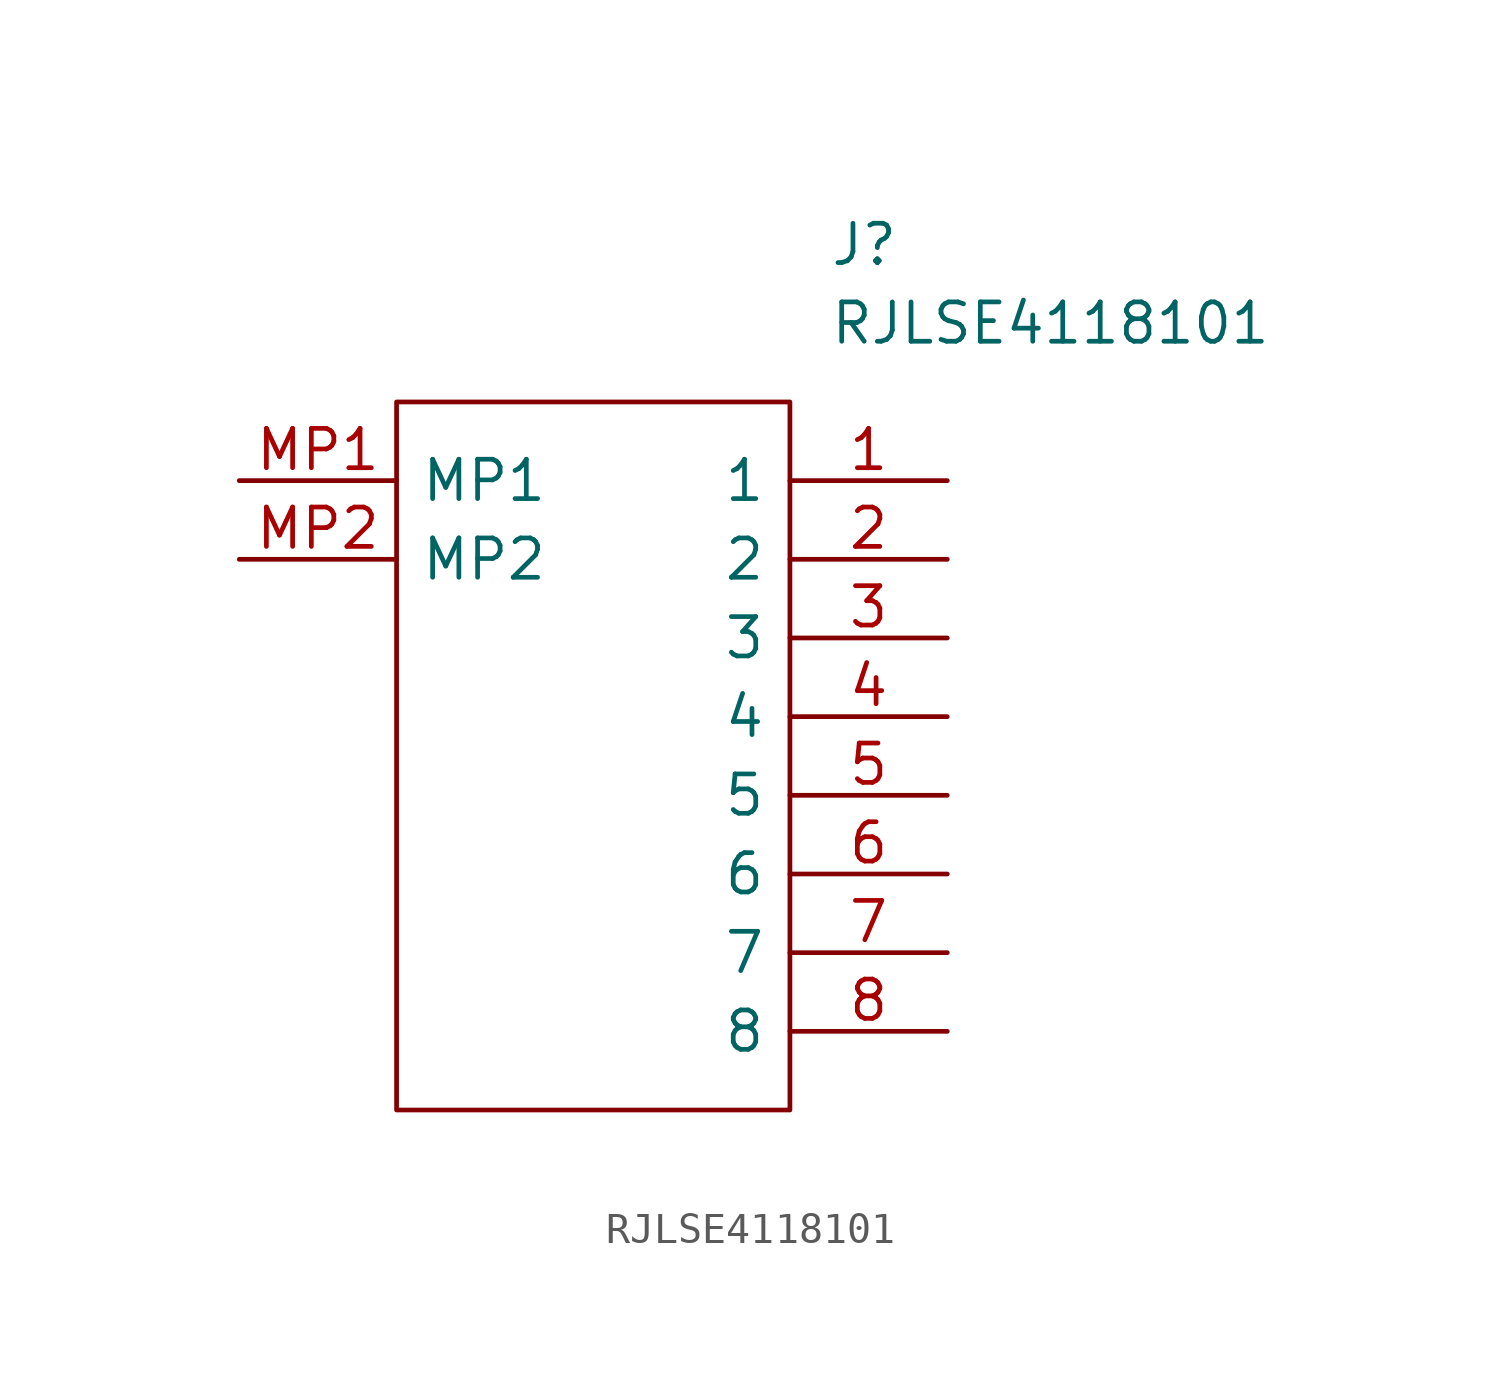
<source format=kicad_sym>
(kicad_symbol_lib
  (version 20211014)
  (generator kicad_symbol_editor)
  (symbol "RJLSE4118101"
    (pin_names
      (offset 0.762))
    (property "Reference" "J"
      (at 19.05 7.62 0)
      (effects (font (size 1.27 1.27)) (justify left)))
    (property "Value" "RJLSE4118101"
      (at 19.05 5.08 0)
      (effects (font (size 1.27 1.27)) (justify left)))
    (symbol "RJLSE4118101_0_0"
      (pin passive line (at 22.86 0 180) (length 5.08) (name "1" (effects (font (size 1.27 1.27)))) (number "1" (effects (font (size 1.27 1.27)))))
      (pin passive line (at 22.86 -2.54 180) (length 5.08) (name "2" (effects (font (size 1.27 1.27)))) (number "2" (effects (font (size 1.27 1.27)))))
      (pin passive line (at 22.86 -5.08 180) (length 5.08) (name "3" (effects (font (size 1.27 1.27)))) (number "3" (effects (font (size 1.27 1.27)))))
      (pin passive line (at 22.86 -7.62 180) (length 5.08) (name "4" (effects (font (size 1.27 1.27)))) (number "4" (effects (font (size 1.27 1.27)))))
      (pin passive line (at 22.86 -10.16 180) (length 5.08) (name "5" (effects (font (size 1.27 1.27)))) (number "5" (effects (font (size 1.27 1.27)))))
      (pin passive line (at 22.86 -12.7 180) (length 5.08) (name "6" (effects (font (size 1.27 1.27)))) (number "6" (effects (font (size 1.27 1.27)))))
      (pin passive line (at 22.86 -15.24 180) (length 5.08) (name "7" (effects (font (size 1.27 1.27)))) (number "7" (effects (font (size 1.27 1.27)))))
      (pin passive line (at 22.86 -17.78 180) (length 5.08) (name "8" (effects (font (size 1.27 1.27)))) (number "8" (effects (font (size 1.27 1.27)))))
      (pin passive line (at 0 0 0) (length 5.08) (name "MP1" (effects (font (size 1.27 1.27)))) (number "MP1" (effects (font (size 1.27 1.27)))))
      (pin passive line (at 0 -2.54 0) (length 5.08) (name "MP2" (effects (font (size 1.27 1.27)))) (number "MP2" (effects (font (size 1.27 1.27))))))
    (symbol "RJLSE4118101_0_1"
      (polyline (pts (xy 5.08 2.54) (xy 17.78 2.54) (xy 17.78 -20.32) (xy 5.08 -20.32) (xy 5.08 2.54)) (stroke (width 0.152) (type default) (color 0 0 0 0)) (fill (type none))))))
</source>
